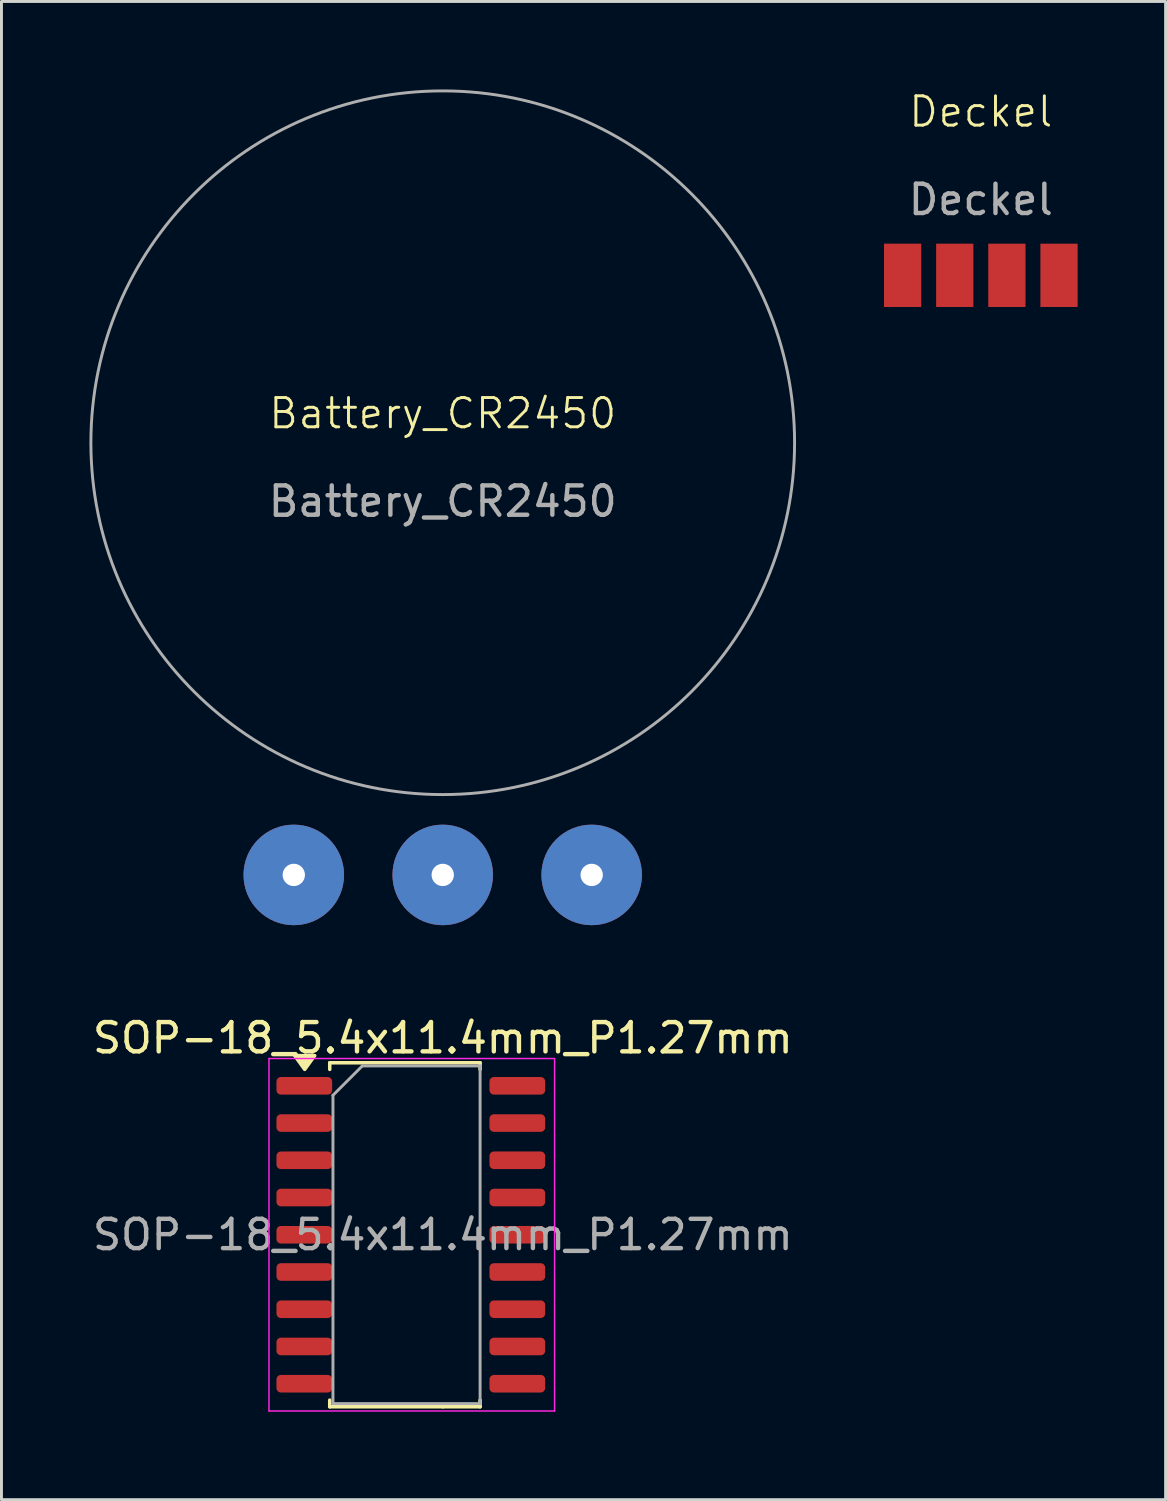
<source format=kicad_pcb>
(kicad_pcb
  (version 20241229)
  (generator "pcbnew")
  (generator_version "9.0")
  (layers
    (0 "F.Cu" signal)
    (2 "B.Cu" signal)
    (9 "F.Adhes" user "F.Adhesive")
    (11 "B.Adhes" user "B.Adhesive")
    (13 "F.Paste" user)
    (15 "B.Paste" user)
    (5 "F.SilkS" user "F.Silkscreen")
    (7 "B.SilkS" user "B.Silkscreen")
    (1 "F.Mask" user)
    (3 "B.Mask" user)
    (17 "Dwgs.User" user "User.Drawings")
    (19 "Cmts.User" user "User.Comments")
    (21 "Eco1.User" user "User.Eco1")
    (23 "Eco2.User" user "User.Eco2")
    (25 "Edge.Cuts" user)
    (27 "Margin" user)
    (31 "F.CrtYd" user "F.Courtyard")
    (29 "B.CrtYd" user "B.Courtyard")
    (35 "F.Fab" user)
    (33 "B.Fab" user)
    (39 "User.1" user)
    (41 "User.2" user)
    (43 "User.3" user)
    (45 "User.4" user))
  (footprint "Deckel"
    (layer "F.Cu")
    (at 30.402 1.26)
    (property "Reference" "Deckel" (at 0 -0.5 0) (unlocked yes) (layer "F.SilkS") (effects (font (size 1 1) (thickness 0.1))))
    (attr smd)
    (fp_text user "${REFERENCE}" (at 0 2.5 0) (unlocked yes) (layer "F.Fab") (effects (font (size 1 1) (thickness 0.15))))
    (pad "1" smd rect (at -2.667 5.08) (size 1.27 2.159) (layers "F.Cu" "F.Mask" "F.Paste"))
    (pad "2" smd rect (at -0.889 5.08) (size 1.27 2.159) (layers "F.Cu" "F.Mask" "F.Paste"))
    (pad "3" smd rect (at 0.889 5.08) (size 1.27 2.159) (layers "F.Cu" "F.Mask" "F.Paste"))
    (pad "4" smd rect (at 2.667 5.08) (size 1.27 2.159) (layers "F.Cu" "F.Mask" "F.Paste")))
  (footprint "Battery_CR2450"
    (layer "F.Cu")
    (at 12.05 11.55)
    (property "Reference" "Battery_CR2450" (at 0 -0.5 0) (unlocked yes) (layer "F.SilkS") (effects (font (size 1 1) (thickness 0.1))))
    (attr through_hole)
    (fp_circle (center 0 0.5) (end 12 0.5) (stroke (width 0.1) (type default)) (fill no) (layer "F.Fab"))
    (fp_text user "${REFERENCE}" (at 0 2.5 0) (unlocked yes) (layer "F.Fab") (effects (font (size 1 1) (thickness 0.15))))
    (pad "1" thru_hole circle (at -5.08 15.24) (size 3.429 3.429) (drill 0.762) (layers "*.Cu" "*.Mask"))
    (pad "1" thru_hole circle (at 5.08 15.24) (size 3.429 3.429) (drill 0.762) (layers "*.Cu" "*.Mask"))
    (pad "2" thru_hole circle (at 0 15.24) (size 3.429 3.429) (drill 0.762) (layers "*.Cu" "*.Mask")))
  (footprint "SOP-18_5.4x11.4mm_P1.27mm"
    (layer "F.Cu")
    (at 10.815 39.063)
    (property "Reference" "SOP-18_5.4x11.4mm_P1.27mm" (at 1.239 -6.71 0) (layer "F.SilkS") (effects (font (size 1 1) (thickness 0.15))))
    (attr smd)
    (fp_line (start -2.619 -5.867) (end -2.619 -5.64) (stroke (width 0.12) (type solid)) (layer "F.SilkS"))
    (fp_line (start -2.619 5.867) (end -2.619 5.64) (stroke (width 0.12) (type solid)) (layer "F.SilkS"))
    (fp_line (start 1.239 5.867) (end -2.619 5.867) (stroke (width 0.12) (type solid)) (layer "F.SilkS"))
    (fp_line (start 1.239 5.867) (end 2.509 5.867) (stroke (width 0.12) (type solid)) (layer "F.SilkS"))
    (fp_line (start 2.509 -5.867) (end -2.619 -5.867) (stroke (width 0.12) (type solid)) (layer "F.SilkS"))
    (fp_line (start 2.509 -5.867) (end 2.509 -5.64) (stroke (width 0.12) (type solid)) (layer "F.SilkS"))
    (fp_line (start 2.509 5.867) (end 2.509 5.64) (stroke (width 0.12) (type solid)) (layer "F.SilkS"))
    (fp_poly (pts (xy -3.473 -5.64) (xy -3.812 -6.11) (xy -3.132 -6.11) (xy -3.473 -5.64)) (stroke (width 0.12) (type solid)) (fill yes) (layer "F.SilkS"))
    (fp_line (start -4.691 -6.01) (end -4.691 6.01) (stroke (width 0.05) (type solid)) (layer "F.CrtYd"))
    (fp_line (start -4.691 6.01) (end 5.049 6.01) (stroke (width 0.05) (type solid)) (layer "F.CrtYd"))
    (fp_line (start 5.049 -6.01) (end -4.691 -6.01) (stroke (width 0.05) (type solid)) (layer "F.CrtYd"))
    (fp_line (start 5.049 6.01) (end 5.049 -6.01) (stroke (width 0.05) (type solid)) (layer "F.CrtYd"))
    (fp_line (start -2.509 -4.758) (end -1.509 -5.758) (stroke (width 0.1) (type solid)) (layer "F.Fab"))
    (fp_line (start -2.509 5.758) (end -2.509 -4.758) (stroke (width 0.1) (type solid)) (layer "F.Fab"))
    (fp_line (start -1.509 -5.758) (end 2.509 -5.758) (stroke (width 0.1) (type solid)) (layer "F.Fab"))
    (fp_line (start 2.509 -5.758) (end 2.509 5.758) (stroke (width 0.1) (type solid)) (layer "F.Fab"))
    (fp_line (start 2.509 5.758) (end -2.509 5.758) (stroke (width 0.1) (type solid)) (layer "F.Fab"))
    (fp_text user "${REFERENCE}" (at 1.239 0 0) (layer "F.Fab") (effects (font (size 1 1) (thickness 0.15))))
    (pad "1" smd roundrect (at -3.486 -5.08) (size 1.9 0.6) (layers "F.Cu" "F.Mask" "F.Paste") (roundrect_rratio 0.25))
    (pad "2" smd roundrect (at -3.486 -3.81) (size 1.9 0.6) (layers "F.Cu" "F.Mask" "F.Paste") (roundrect_rratio 0.25))
    (pad "3" smd roundrect (at -3.486 -2.54) (size 1.9 0.6) (layers "F.Cu" "F.Mask" "F.Paste") (roundrect_rratio 0.25))
    (pad "4" smd roundrect (at -3.486 -1.27) (size 1.9 0.6) (layers "F.Cu" "F.Mask" "F.Paste") (roundrect_rratio 0.25))
    (pad "5" smd roundrect (at -3.486 0) (size 1.9 0.6) (layers "F.Cu" "F.Mask" "F.Paste") (roundrect_rratio 0.25))
    (pad "6" smd roundrect (at -3.486 1.27) (size 1.9 0.6) (layers "F.Cu" "F.Mask" "F.Paste") (roundrect_rratio 0.25))
    (pad "7" smd roundrect (at -3.486 2.54) (size 1.9 0.6) (layers "F.Cu" "F.Mask" "F.Paste") (roundrect_rratio 0.25))
    (pad "8" smd roundrect (at -3.486 3.81) (size 1.9 0.6) (layers "F.Cu" "F.Mask" "F.Paste") (roundrect_rratio 0.25))
    (pad "9" smd roundrect (at -3.486 5.08) (size 1.9 0.6) (layers "F.Cu" "F.Mask" "F.Paste") (roundrect_rratio 0.25))
    (pad "10" smd roundrect (at 3.779 5.08) (size 1.9 0.6) (layers "F.Cu" "F.Mask" "F.Paste") (roundrect_rratio 0.25))
    (pad "11" smd roundrect (at 3.779 3.81) (size 1.9 0.6) (layers "F.Cu" "F.Mask" "F.Paste") (roundrect_rratio 0.25))
    (pad "12" smd roundrect (at 3.779 2.54) (size 1.9 0.6) (layers "F.Cu" "F.Mask" "F.Paste") (roundrect_rratio 0.25))
    (pad "13" smd roundrect (at 3.779 1.27) (size 1.9 0.6) (layers "F.Cu" "F.Mask" "F.Paste") (roundrect_rratio 0.25))
    (pad "14" smd roundrect (at 3.779 0) (size 1.9 0.6) (layers "F.Cu" "F.Mask" "F.Paste") (roundrect_rratio 0.25))
    (pad "15" smd roundrect (at 3.779 -1.27) (size 1.9 0.6) (layers "F.Cu" "F.Mask" "F.Paste") (roundrect_rratio 0.25))
    (pad "16" smd roundrect (at 3.779 -2.54) (size 1.9 0.6) (layers "F.Cu" "F.Mask" "F.Paste") (roundrect_rratio 0.25))
    (pad "17" smd roundrect (at 3.779 -3.81) (size 1.9 0.6) (layers "F.Cu" "F.Mask" "F.Paste") (roundrect_rratio 0.25))
    (pad "18" smd roundrect (at 3.779 -5.08) (size 1.9 0.6) (layers "F.Cu" "F.Mask" "F.Paste") (roundrect_rratio 0.25)))
  (gr_rect
    (start -3 -3)
    (end 36.704 48.098)
    (stroke (width 0.1) (type default))
    (fill no)
    (layer "Edge.Cuts")))
</source>
